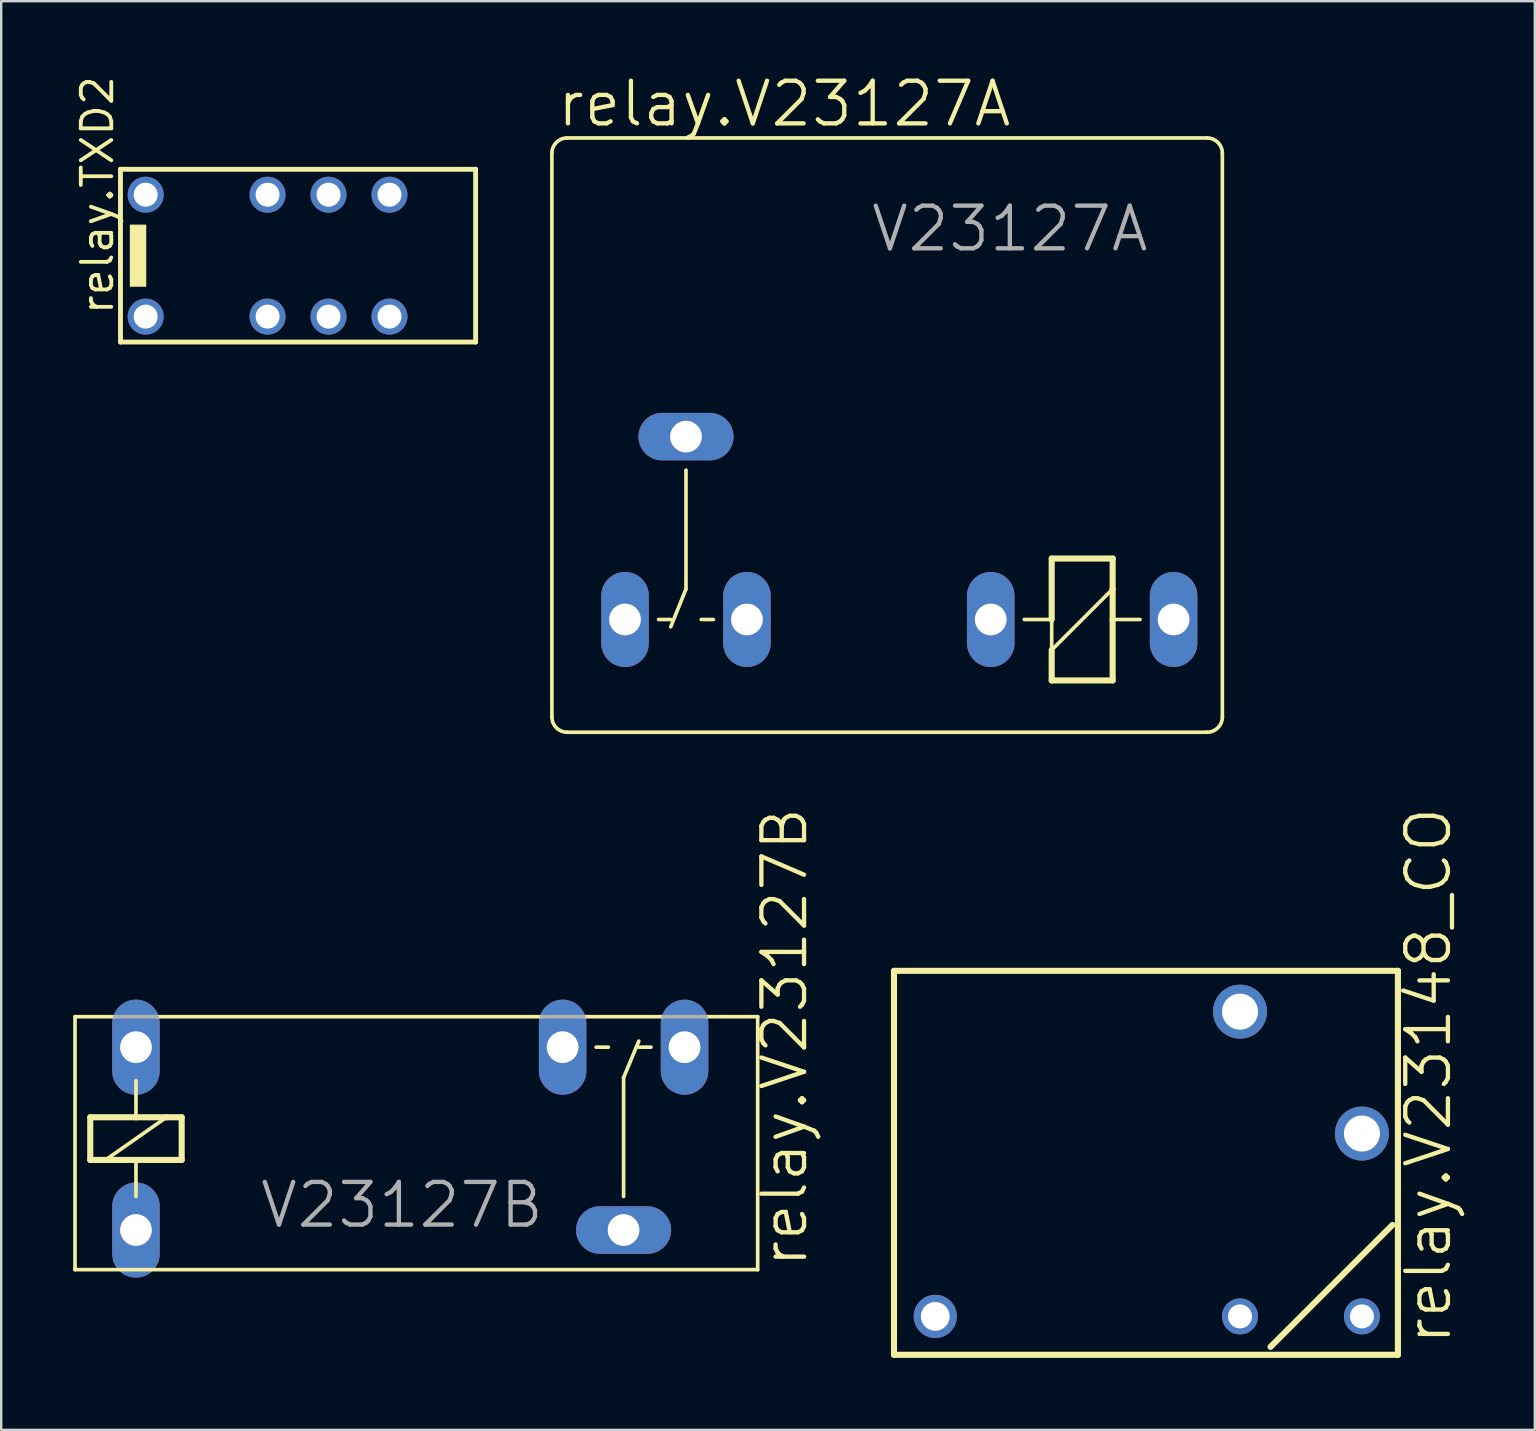
<source format=kicad_pcb>
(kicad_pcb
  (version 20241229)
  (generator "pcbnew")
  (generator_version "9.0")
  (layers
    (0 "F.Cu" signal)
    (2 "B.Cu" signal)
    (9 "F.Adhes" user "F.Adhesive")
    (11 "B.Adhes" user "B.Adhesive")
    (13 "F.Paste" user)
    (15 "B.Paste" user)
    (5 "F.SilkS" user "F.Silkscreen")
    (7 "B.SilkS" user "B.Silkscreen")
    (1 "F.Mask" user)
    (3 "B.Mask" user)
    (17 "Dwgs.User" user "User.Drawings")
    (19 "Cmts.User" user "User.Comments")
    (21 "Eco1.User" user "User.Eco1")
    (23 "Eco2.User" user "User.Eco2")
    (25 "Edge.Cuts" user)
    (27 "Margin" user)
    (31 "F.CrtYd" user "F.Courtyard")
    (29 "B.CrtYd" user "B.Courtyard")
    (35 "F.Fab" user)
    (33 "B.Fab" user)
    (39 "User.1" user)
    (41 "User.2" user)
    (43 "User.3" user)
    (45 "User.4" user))
  (footprint "relay.V23148_CO"
    (layer "F.Cu")
    (at 44.814 45.457)
    (property "Reference" "relay.V23148_CO" (at 12.7 7.62 90) (layer "F.SilkS") (effects (font (size 1.778 1.778) (thickness 0.18)) (justify left bottom)))
    (attr through_hole)
    (fp_line (start -10.61 -8.05) (end -10.61 7.95) (stroke (width 0.254) (type default)) (layer "F.SilkS"))
    (fp_line (start -10.61 7.95) (end 10.39 7.95) (stroke (width 0.254) (type default)) (layer "F.SilkS"))
    (fp_line (start 5.08 7.62) (end 10.16 2.54) (stroke (width 0.254) (type default)) (layer "F.SilkS"))
    (fp_line (start 10.39 -8.05) (end -10.61 -8.05) (stroke (width 0.254) (type default)) (layer "F.SilkS"))
    (fp_line (start 10.39 7.95) (end 10.39 -8.05) (stroke (width 0.254) (type default)) (layer "F.SilkS"))
    (pad "11" thru_hole circle (at -8.89 6.35) (size 1.8 1.8) (drill 1.2) (layers "*.Cu" "*.Mask"))
    (pad "12" thru_hole circle (at 3.81 -6.35) (size 2.25 2.25) (drill 1.5) (layers "*.Cu" "*.Mask"))
    (pad "14" thru_hole circle (at 8.89 -1.27) (size 2.25 2.25) (drill 1.5) (layers "*.Cu" "*.Mask"))
    (pad "A1" thru_hole circle (at 8.89 6.35) (size 1.5 1.5) (drill 1) (layers "*.Cu" "*.Mask"))
    (pad "A2" thru_hole circle (at 3.81 6.35) (size 1.5 1.5) (drill 1) (layers "*.Cu" "*.Mask")))
  (footprint "relay.TXD2"
    (layer "F.Cu")
    (at 9.37 7.604)
    (property "Reference" "relay.TXD2" (at -7.62 2.54 90) (layer "F.SilkS") (effects (font (size 1.27 1.27) (thickness 0.16)) (justify left bottom)))
    (attr through_hole)
    (fp_line (start -7.4 -3.6) (end 7.4 -3.6) (stroke (width 0.203) (type default)) (layer "F.SilkS"))
    (fp_line (start -7.4 3.6) (end -7.4 -3.6) (stroke (width 0.203) (type default)) (layer "F.SilkS"))
    (fp_line (start 7.4 -3.6) (end 7.4 3.6) (stroke (width 0.203) (type default)) (layer "F.SilkS"))
    (fp_line (start 7.4 3.6) (end -7.4 3.6) (stroke (width 0.203) (type default)) (layer "F.SilkS"))
    (fp_rect (start -6.985 1.27) (end -6.35 -1.27) (stroke (width 0.05) (type default)) (fill yes) (layer "F.SilkS"))
    (pad "1" thru_hole circle (at -6.35 2.54) (size 1.5 1.5) (drill 1) (layers "*.Cu" "*.Mask"))
    (pad "3" thru_hole circle (at -1.27 2.54) (size 1.5 1.5) (drill 1) (layers "*.Cu" "*.Mask"))
    (pad "4" thru_hole circle (at 1.27 2.54) (size 1.5 1.5) (drill 1) (layers "*.Cu" "*.Mask"))
    (pad "5" thru_hole circle (at 3.81 2.54) (size 1.5 1.5) (drill 1) (layers "*.Cu" "*.Mask"))
    (pad "8" thru_hole circle (at 3.81 -2.54) (size 1.5 1.5) (drill 1) (layers "*.Cu" "*.Mask"))
    (pad "9" thru_hole circle (at 1.27 -2.54) (size 1.5 1.5) (drill 1) (layers "*.Cu" "*.Mask"))
    (pad "10" thru_hole circle (at -1.27 -2.54) (size 1.5 1.5) (drill 1) (layers "*.Cu" "*.Mask"))
    (pad "12" thru_hole circle (at -6.35 -2.54) (size 1.5 1.5) (drill 1) (layers "*.Cu" "*.Mask")))
  (footprint "relay.V23127B"
    (layer "F.Cu")
    (at 2.616 44.398)
    (property "Reference" "relay.V23127B" (at 28.067 5.461 90) (layer "F.SilkS") (effects (font (size 1.778 1.778) (thickness 0.18)) (justify left bottom)))
    (attr through_hole)
    (fp_line (start -2.54 -5.08) (end -0.889 -5.08) (stroke (width 0.152) (type default)) (layer "F.SilkS"))
    (fp_line (start -2.54 5.461) (end -2.54 -5.08) (stroke (width 0.152) (type default)) (layer "F.SilkS"))
    (fp_line (start -2.54 5.461) (end 25.908 5.461) (stroke (width 0.152) (type default)) (layer "F.SilkS"))
    (fp_line (start -1.905 -0.889) (end -1.905 0.889) (stroke (width 0.254) (type default)) (layer "F.SilkS"))
    (fp_line (start -1.905 0.889) (end -1.27 0.889) (stroke (width 0.254) (type default)) (layer "F.SilkS"))
    (fp_line (start -1.27 0.889) (end 0 0.889) (stroke (width 0.254) (type default)) (layer "F.SilkS"))
    (fp_line (start -1.27 0.889) (end 1.27 -0.889) (stroke (width 0.152) (type default)) (layer "F.SilkS"))
    (fp_line (start 0 -2.413) (end 0 -0.889) (stroke (width 0.152) (type default)) (layer "F.SilkS"))
    (fp_line (start 0 -0.889) (end -1.905 -0.889) (stroke (width 0.254) (type default)) (layer "F.SilkS"))
    (fp_line (start 0 0.889) (end 1.905 0.889) (stroke (width 0.254) (type default)) (layer "F.SilkS"))
    (fp_line (start 0 2.413) (end 0 0.889) (stroke (width 0.152) (type default)) (layer "F.SilkS"))
    (fp_line (start 0.889 -5.08) (end 16.891 -5.08) (stroke (width 0.152) (type default)) (layer "F.SilkS"))
    (fp_line (start 1.27 -0.889) (end 0 -0.889) (stroke (width 0.254) (type default)) (layer "F.SilkS"))
    (fp_line (start 1.905 -0.889) (end 1.27 -0.889) (stroke (width 0.254) (type default)) (layer "F.SilkS"))
    (fp_line (start 1.905 0.889) (end 1.905 -0.889) (stroke (width 0.254) (type default)) (layer "F.SilkS"))
    (fp_line (start 19.685 -3.81) (end 19.177 -3.81) (stroke (width 0.152) (type default)) (layer "F.SilkS"))
    (fp_line (start 20.32 -2.54) (end 20.32 2.413) (stroke (width 0.152) (type default)) (layer "F.SilkS"))
    (fp_line (start 20.32 -2.54) (end 20.955 -4.064) (stroke (width 0.152) (type default)) (layer "F.SilkS"))
    (fp_line (start 20.955 -3.81) (end 21.463 -3.81) (stroke (width 0.152) (type default)) (layer "F.SilkS"))
    (fp_line (start 21.971 -5.08) (end 18.669 -5.08) (stroke (width 0.152) (type default)) (layer "F.SilkS"))
    (fp_line (start 25.908 -5.08) (end 23.749 -5.08) (stroke (width 0.152) (type default)) (layer "F.SilkS"))
    (fp_line (start 25.908 -5.08) (end 25.908 5.461) (stroke (width 0.152) (type default)) (layer "F.SilkS"))
    (fp_line (start 0.889 -5.08) (end -0.889 -5.08) (stroke (width 0.152) (type default)) (layer "F.Fab"))
    (fp_line (start 16.891 -5.08) (end 18.669 -5.08) (stroke (width 0.152) (type default)) (layer "F.Fab"))
    (fp_line (start 21.971 -5.08) (end 23.749 -5.08) (stroke (width 0.152) (type default)) (layer "F.Fab"))
    (fp_text user "V23127B" (at 5.08 3.81 0) (layer "F.Fab") (effects (font (size 1.778 1.778) (thickness 0.18)) (justify left bottom)))
    (pad "1" thru_hole oval (at 0 3.81 90) (size 3.962 1.981) (drill 1.321) (layers "*.Cu" "*.Mask"))
    (pad "2" thru_hole oval (at 0 -3.81 90) (size 3.962 1.981) (drill 1.321) (layers "*.Cu" "*.Mask"))
    (pad "O" thru_hole oval (at 22.86 -3.81 90) (size 3.962 1.981) (drill 1.321) (layers "*.Cu" "*.Mask"))
    (pad "P" thru_hole oval (at 20.32 3.81) (size 3.962 1.981) (drill 1.321) (layers "*.Cu" "*.Mask"))
    (pad "S" thru_hole oval (at 17.78 -3.81 90) (size 3.962 1.981) (drill 1.321) (layers "*.Cu" "*.Mask")))
  (footprint "relay.V23127A"
    (layer "F.Cu")
    (at 33.156 15.145)
    (property "Reference" "relay.V23127A" (at -13.081 -12.827 0) (layer "F.SilkS") (effects (font (size 1.778 1.778) (thickness 0.18)) (justify left bottom)))
    (attr through_hole)
    (fp_line (start -13.208 -11.811) (end -13.208 11.684) (stroke (width 0.152) (type default)) (layer "F.SilkS"))
    (fp_line (start -12.573 -12.446) (end 14.097 -12.446) (stroke (width 0.152) (type default)) (layer "F.SilkS"))
    (fp_line (start -8.763 7.62) (end -8.255 7.62) (stroke (width 0.152) (type default)) (layer "F.SilkS"))
    (fp_line (start -7.62 1.397) (end -7.62 6.35) (stroke (width 0.152) (type default)) (layer "F.SilkS"))
    (fp_line (start -7.62 6.35) (end -8.255 7.925) (stroke (width 0.152) (type default)) (layer "F.SilkS"))
    (fp_line (start -6.477 7.62) (end -6.985 7.62) (stroke (width 0.152) (type default)) (layer "F.SilkS"))
    (fp_line (start 6.477 7.62) (end 7.62 7.62) (stroke (width 0.152) (type default)) (layer "F.SilkS"))
    (fp_line (start 7.62 5.08) (end 7.62 7.62) (stroke (width 0.254) (type default)) (layer "F.SilkS"))
    (fp_line (start 7.62 7.62) (end 7.62 8.89) (stroke (width 0.152) (type default)) (layer "F.SilkS"))
    (fp_line (start 7.62 8.89) (end 7.62 10.16) (stroke (width 0.254) (type default)) (layer "F.SilkS"))
    (fp_line (start 7.62 10.16) (end 10.16 10.16) (stroke (width 0.254) (type default)) (layer "F.SilkS"))
    (fp_line (start 10.16 5.08) (end 7.62 5.08) (stroke (width 0.254) (type default)) (layer "F.SilkS"))
    (fp_line (start 10.16 6.35) (end 7.62 8.89) (stroke (width 0.152) (type default)) (layer "F.SilkS"))
    (fp_line (start 10.16 6.35) (end 10.16 5.08) (stroke (width 0.254) (type default)) (layer "F.SilkS"))
    (fp_line (start 10.16 7.62) (end 10.16 6.35) (stroke (width 0.254) (type default)) (layer "F.SilkS"))
    (fp_line (start 10.16 7.62) (end 11.303 7.62) (stroke (width 0.152) (type default)) (layer "F.SilkS"))
    (fp_line (start 10.16 10.16) (end 10.16 7.62) (stroke (width 0.254) (type default)) (layer "F.SilkS"))
    (fp_line (start 14.097 12.319) (end -12.573 12.319) (stroke (width 0.152) (type default)) (layer "F.SilkS"))
    (fp_line (start 14.732 -11.811) (end 14.732 11.684) (stroke (width 0.152) (type default)) (layer "F.SilkS"))
    (fp_arc (start -13.208 -11.811) (mid -13.022013 -12.260013) (end -12.573 -12.446) (stroke (width 0.1524) (type default)) (layer "F.SilkS"))
    (fp_arc (start -12.573 12.319) (mid -13.022013 12.133013) (end -13.208 11.684) (stroke (width 0.1524) (type default)) (layer "F.SilkS"))
    (fp_arc (start 14.097 -12.446) (mid 14.546013 -12.260013) (end 14.732 -11.811) (stroke (width 0.1524) (type default)) (layer "F.SilkS"))
    (fp_arc (start 14.732 11.684) (mid 14.546013 12.133013) (end 14.097 12.319) (stroke (width 0.1524) (type default)) (layer "F.SilkS"))
    (fp_text user "V23127A" (at 0 -7.62 0) (layer "F.Fab") (effects (font (size 1.778 1.778) (thickness 0.18)) (justify left bottom)))
    (pad "1" thru_hole oval (at 5.08 7.62 90) (size 3.962 1.981) (drill 1.321) (layers "*.Cu" "*.Mask"))
    (pad "2" thru_hole oval (at 12.7 7.62 90) (size 3.962 1.981) (drill 1.321) (layers "*.Cu" "*.Mask"))
    (pad "O" thru_hole oval (at -10.16 7.62 90) (size 3.962 1.981) (drill 1.321) (layers "*.Cu" "*.Mask"))
    (pad "P" thru_hole oval (at -7.62 0) (size 3.962 1.981) (drill 1.321) (layers "*.Cu" "*.Mask"))
    (pad "S" thru_hole oval (at -5.08 7.62 90) (size 3.962 1.981) (drill 1.321) (layers "*.Cu" "*.Mask")))
  (gr_rect
    (start -3 -3)
    (end 60.908 56.534)
    (stroke (width 0.1) (type default))
    (fill no)
    (layer "Edge.Cuts")))
</source>
